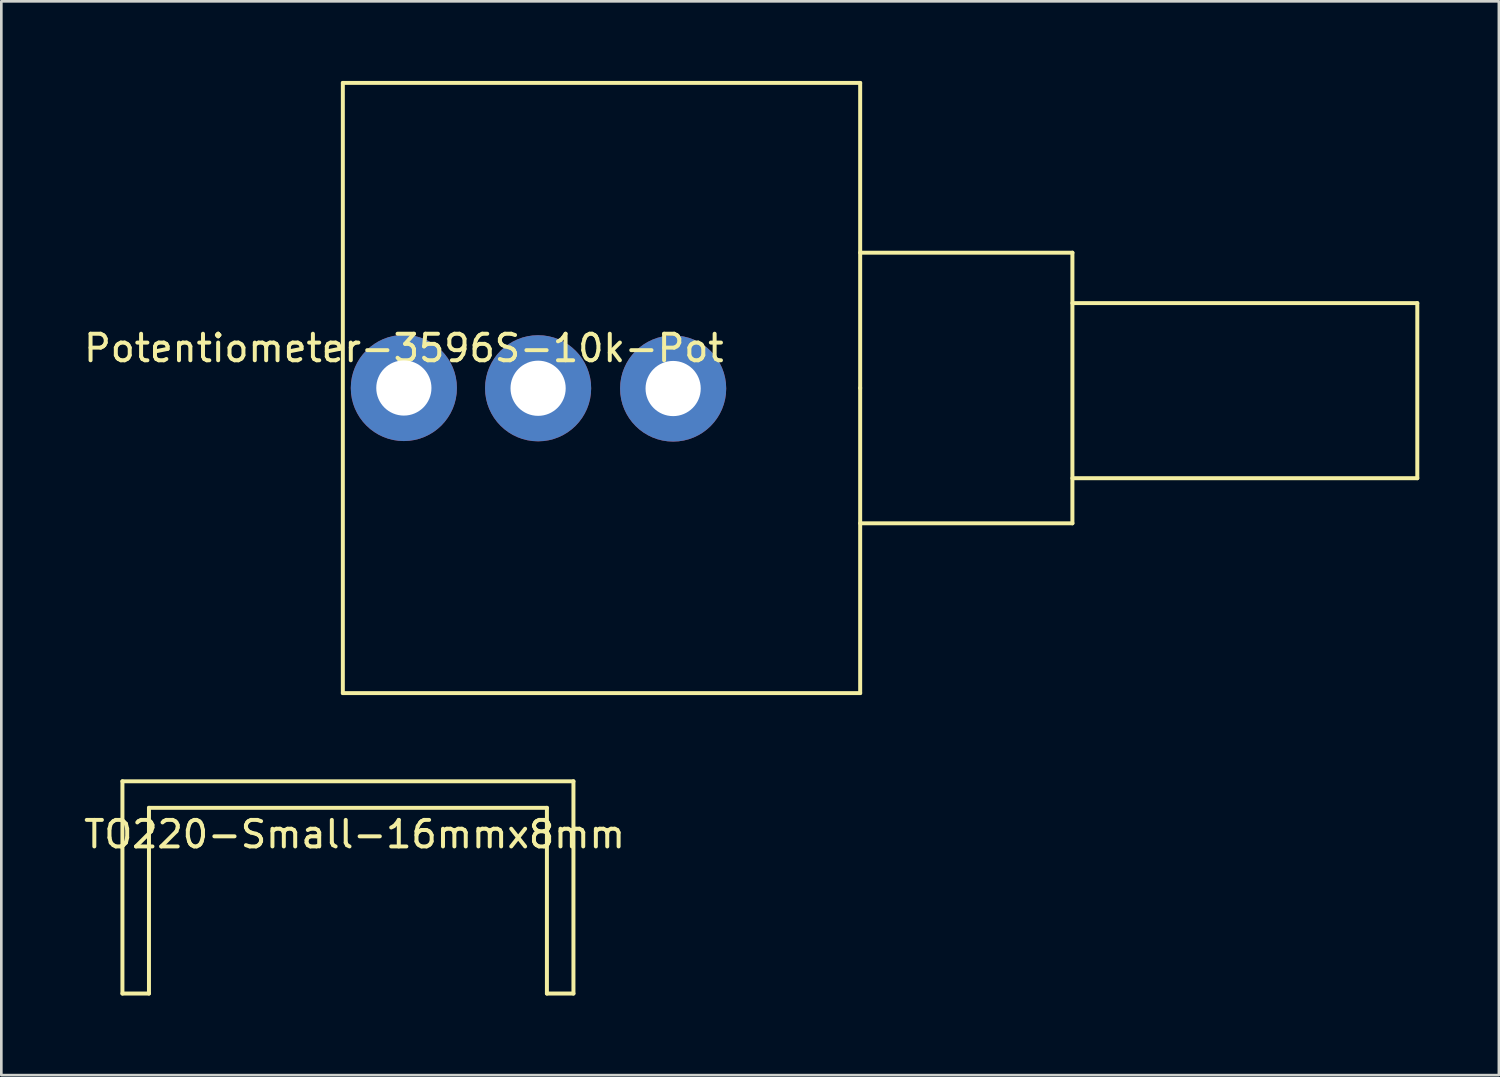
<source format=kicad_pcb>
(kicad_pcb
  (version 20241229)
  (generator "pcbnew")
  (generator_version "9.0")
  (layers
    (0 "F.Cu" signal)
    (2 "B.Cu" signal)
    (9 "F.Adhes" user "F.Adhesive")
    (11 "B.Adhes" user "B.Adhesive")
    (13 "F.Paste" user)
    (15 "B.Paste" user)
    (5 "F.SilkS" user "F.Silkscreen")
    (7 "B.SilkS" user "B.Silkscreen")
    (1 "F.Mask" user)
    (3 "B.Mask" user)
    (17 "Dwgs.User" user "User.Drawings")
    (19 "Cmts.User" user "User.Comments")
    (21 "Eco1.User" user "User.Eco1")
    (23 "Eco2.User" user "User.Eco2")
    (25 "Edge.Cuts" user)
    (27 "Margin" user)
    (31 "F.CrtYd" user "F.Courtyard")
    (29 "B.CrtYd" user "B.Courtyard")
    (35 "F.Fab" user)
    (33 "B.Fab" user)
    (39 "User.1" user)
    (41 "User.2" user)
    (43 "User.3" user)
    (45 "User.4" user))
  (footprint "TO220-Small-16mmx8mm"
    (layer "F.Cu")
    (at 10.315 26.4)
    (property "Reference" "TO220-Small-16mmx8mm" (at 0 2 0) (layer "F.SilkS") (effects (font (size 1 1) (thickness 0.15))))
    (attr through_hole)
    (fp_line (start -8.75 0) (end 8.25 0) (stroke (width 0.15) (type solid)) (layer "F.SilkS"))
    (fp_line (start -8.75 8) (end -8.75 0) (stroke (width 0.15) (type solid)) (layer "F.SilkS"))
    (fp_line (start -7.75 1) (end -7.75 8) (stroke (width 0.15) (type solid)) (layer "F.SilkS"))
    (fp_line (start -7.75 8) (end -8.75 8) (stroke (width 0.15) (type solid)) (layer "F.SilkS"))
    (fp_line (start 7.25 1) (end -7.75 1) (stroke (width 0.15) (type solid)) (layer "F.SilkS"))
    (fp_line (start 7.25 8) (end 7.25 1) (stroke (width 0.15) (type solid)) (layer "F.SilkS"))
    (fp_line (start 8.25 0) (end 8.25 8) (stroke (width 0.15) (type solid)) (layer "F.SilkS"))
    (fp_line (start 8.25 8) (end 7.25 8) (stroke (width 0.15) (type solid)) (layer "F.SilkS")))
  (footprint "Potentiometer-3596S-10k-Pot"
    (layer "F.Cu")
    (at 12.173 9.575)
    (property "Reference" "Potentiometer-3596S-10k-Pot" (at 0 0.5 0) (layer "F.SilkS") (effects (font (size 1 1) (thickness 0.15))))
    (attr through_hole)
    (fp_line (start -2.3 -9.5) (end -2.3 13.5) (stroke (width 0.15) (type solid)) (layer "F.SilkS"))
    (fp_line (start -2.3 13.5) (end 17.2 13.5) (stroke (width 0.15) (type solid)) (layer "F.SilkS"))
    (fp_line (start 17.2 -9.5) (end -2.3 -9.5) (stroke (width 0.15) (type solid)) (layer "F.SilkS"))
    (fp_line (start 17.2 -3.1) (end 25.2 -3.1) (stroke (width 0.15) (type solid)) (layer "F.SilkS"))
    (fp_line (start 17.2 2) (end 17.2 -9.5) (stroke (width 0.15) (type solid)) (layer "F.SilkS"))
    (fp_line (start 17.2 13.5) (end 17.2 2) (stroke (width 0.15) (type solid)) (layer "F.SilkS"))
    (fp_line (start 25.2 -3.1) (end 25.2 7.1) (stroke (width 0.15) (type solid)) (layer "F.SilkS"))
    (fp_line (start 25.2 -1.2) (end 38.2 -1.2) (stroke (width 0.15) (type solid)) (layer "F.SilkS"))
    (fp_line (start 25.2 7.1) (end 17.2 7.1) (stroke (width 0.15) (type solid)) (layer "F.SilkS"))
    (fp_line (start 38.2 -1.2) (end 38.2 5.4) (stroke (width 0.15) (type solid)) (layer "F.SilkS"))
    (fp_line (start 38.2 5.4) (end 25.2 5.4) (stroke (width 0.15) (type solid)) (layer "F.SilkS"))
    (pad "1" thru_hole circle (at 5.06 2.01) (size 4 4) (drill 2.08) (layers "*.Cu" "*.Mask"))
    (pad "2" thru_hole circle (at 0 2) (size 4 4) (drill 2.08) (layers "*.Cu" "*.Mask"))
    (pad "3" thru_hole circle (at 10.15 2.02) (size 4 4) (drill 2.08) (layers "*.Cu" "*.Mask")))
  (gr_rect
    (start -3 -3)
    (end 53.448 37.475)
    (stroke (width 0.1) (type default))
    (fill no)
    (layer "Edge.Cuts")))
</source>
